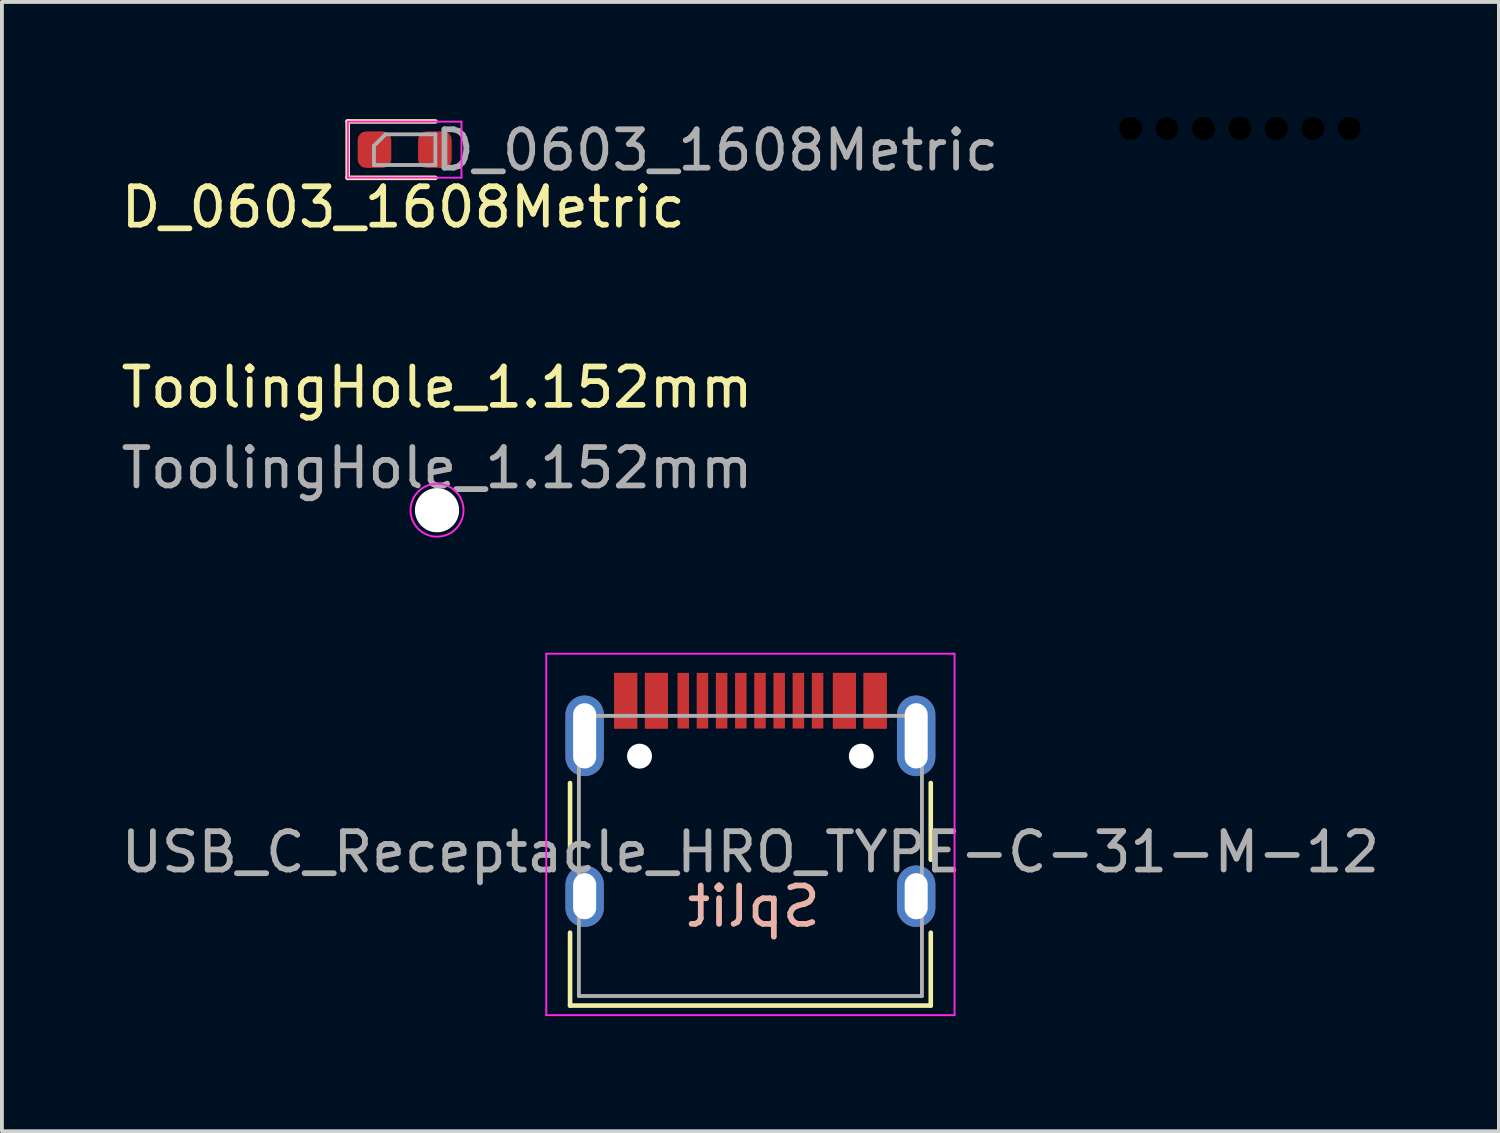
<source format=kicad_pcb>
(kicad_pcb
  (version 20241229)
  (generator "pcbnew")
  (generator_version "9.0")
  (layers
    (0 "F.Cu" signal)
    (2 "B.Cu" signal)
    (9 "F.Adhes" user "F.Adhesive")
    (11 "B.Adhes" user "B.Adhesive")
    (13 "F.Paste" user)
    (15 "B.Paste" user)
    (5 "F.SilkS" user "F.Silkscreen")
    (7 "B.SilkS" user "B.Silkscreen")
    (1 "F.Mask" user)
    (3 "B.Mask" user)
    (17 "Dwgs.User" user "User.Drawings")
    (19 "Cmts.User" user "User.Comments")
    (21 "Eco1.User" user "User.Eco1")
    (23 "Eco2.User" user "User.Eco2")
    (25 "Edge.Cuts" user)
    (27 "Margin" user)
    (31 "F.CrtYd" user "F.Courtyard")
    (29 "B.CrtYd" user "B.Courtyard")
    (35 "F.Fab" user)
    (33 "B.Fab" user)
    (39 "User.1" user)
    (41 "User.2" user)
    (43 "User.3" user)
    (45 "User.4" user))
  (footprint "USB_C_Receptacle_HRO_TYPE-C-31-M-12"
    (layer "F.Cu")
    (at 16.506 19.256)
    (property "Reference" "USB_C_Receptacle_HRO_TYPE-C-31-M-12" (at 0 -0.1 0) (layer "F.Fab") (effects (font (size 1 1) (thickness 0.15))))
    (attr smd)
    (private_layers "User.9")
    (fp_line (start -4.7 -1.9) (end -4.7 0.1) (stroke (width 0.12) (type solid)) (layer "F.SilkS"))
    (fp_line (start -4.7 2) (end -4.7 3.9) (stroke (width 0.12) (type solid)) (layer "F.SilkS"))
    (fp_line (start -4.7 3.9) (end 4.7 3.9) (stroke (width 0.12) (type solid)) (layer "F.SilkS"))
    (fp_line (start 4.7 -1.9) (end 4.7 0.1) (stroke (width 0.12) (type solid)) (layer "F.SilkS"))
    (fp_line (start 4.7 2) (end 4.7 3.9) (stroke (width 0.12) (type solid)) (layer "F.SilkS"))
    (fp_line (start -5.32 -5.27) (end -5.32 4.15) (stroke (width 0.05) (type solid)) (layer "F.CrtYd"))
    (fp_line (start -5.32 -5.27) (end 5.32 -5.27) (stroke (width 0.05) (type solid)) (layer "F.CrtYd"))
    (fp_line (start -5.32 4.15) (end 5.32 4.15) (stroke (width 0.05) (type solid)) (layer "F.CrtYd"))
    (fp_line (start 5.32 -5.27) (end 5.32 4.15) (stroke (width 0.05) (type solid)) (layer "F.CrtYd"))
    (fp_line (start -4.47 -3.65) (end -4.47 3.65) (stroke (width 0.1) (type solid)) (layer "F.Fab"))
    (fp_line (start -4.47 -3.65) (end 4.47 -3.65) (stroke (width 0.1) (type solid)) (layer "F.Fab"))
    (fp_line (start -4.47 3.65) (end 4.47 3.65) (stroke (width 0.1) (type solid)) (layer "F.Fab"))
    (fp_line (start 4.47 -3.65) (end 4.47 3.65) (stroke (width 0.1) (type solid)) (layer "F.Fab"))
    (fp_text user "Split" (at 1.9 1.9 0) (unlocked yes) (layer "B.SilkS") (effects (font (size 1 1) (thickness 0.15)) (justify left bottom mirror)))
    (pad "" np_thru_hole circle (at -2.89 -2.6) (size 0.65 0.65) (drill 0.65) (layers "*.Cu" "*.Mask"))
    (pad "" np_thru_hole circle (at 2.89 -2.6) (size 0.65 0.65) (drill 0.65) (layers "*.Cu" "*.Mask"))
    (pad "A1" smd rect (at -3.25 -4.045) (size 0.6 1.45) (layers "F.Cu" "F.Mask" "F.Paste"))
    (pad "A4" smd rect (at -2.45 -4.045) (size 0.6 1.45) (layers "F.Cu" "F.Mask" "F.Paste"))
    (pad "A5" smd rect (at -1.25 -4.045) (size 0.3 1.45) (layers "F.Cu" "F.Mask" "F.Paste"))
    (pad "A6" smd rect (at -0.25 -4.045) (size 0.3 1.45) (layers "F.Cu" "F.Mask" "F.Paste"))
    (pad "A7" smd rect (at 0.25 -4.045) (size 0.3 1.45) (layers "F.Cu" "F.Mask" "F.Paste"))
    (pad "A8" smd rect (at 1.25 -4.045) (size 0.3 1.45) (layers "F.Cu" "F.Mask" "F.Paste"))
    (pad "A9" smd rect (at 2.45 -4.045) (size 0.6 1.45) (layers "F.Cu" "F.Mask" "F.Paste"))
    (pad "A12" smd rect (at 3.25 -4.045) (size 0.6 1.45) (layers "F.Cu" "F.Mask" "F.Paste"))
    (pad "B1" smd rect (at 3.25 -4.045) (size 0.6 1.45) (layers "F.Cu" "F.Mask" "F.Paste"))
    (pad "B4" smd rect (at 2.45 -4.045) (size 0.6 1.45) (layers "F.Cu" "F.Mask" "F.Paste"))
    (pad "B5" smd rect (at 1.75 -4.045) (size 0.3 1.45) (layers "F.Cu" "F.Mask" "F.Paste"))
    (pad "B6" smd rect (at 0.75 -4.045) (size 0.3 1.45) (layers "F.Cu" "F.Mask" "F.Paste"))
    (pad "B7" smd rect (at -0.75 -4.045) (size 0.3 1.45) (layers "F.Cu" "F.Mask" "F.Paste"))
    (pad "B8" smd rect (at -1.75 -4.045) (size 0.3 1.45) (layers "F.Cu" "F.Mask" "F.Paste"))
    (pad "B9" smd rect (at -2.45 -4.045) (size 0.6 1.45) (layers "F.Cu" "F.Mask" "F.Paste"))
    (pad "B12" smd rect (at -3.25 -4.045) (size 0.6 1.45) (layers "F.Cu" "F.Mask" "F.Paste"))
    (pad "S1" thru_hole oval (at -4.32 -3.13) (size 1 2.1) (drill oval 0.6 1.7) (layers "*.Cu" "*.Mask"))
    (pad "S1" thru_hole oval (at -4.32 1.05) (size 1 1.6) (drill oval 0.6 1.2) (layers "*.Cu" "*.Mask"))
    (pad "S1" thru_hole oval (at 4.32 -3.13) (size 1 2.1) (drill oval 0.6 1.7) (layers "*.Cu" "*.Mask"))
    (pad "S1" thru_hole oval (at 4.32 1.05) (size 1 1.6) (drill oval 0.6 1.2) (layers "*.Cu" "*.Mask")))
  (footprint "Mouse_Bites"
    (layer "F.Cu")
    (at 29.263 0.3)
    (property "Reference" "Mouse_Bites" (at 0 9.4 0) (unlocked yes) (layer "User.9") (effects (font (size 1 1) (thickness 0.1))))
    (attr through_hole board_only exclude_from_pos_files exclude_from_bom)
    (private_layers "User.9")
    (pad "" np_thru_hole circle (at -2.85 0) (size 0.6 0.6) (drill 0.6) (layers "*.Mask"))
    (pad "" np_thru_hole circle (at -1.9 0) (size 0.6 0.6) (drill 0.6) (layers "*.Mask"))
    (pad "" np_thru_hole circle (at -0.95 0) (size 0.6 0.6) (drill 0.6) (layers "*.Mask"))
    (pad "" np_thru_hole circle (at 0 0) (size 0.6 0.6) (drill 0.6) (layers "*.Mask"))
    (pad "" np_thru_hole circle (at 0.95 0) (size 0.6 0.6) (drill 0.6) (layers "*.Mask"))
    (pad "" np_thru_hole circle (at 1.9 0) (size 0.6 0.6) (drill 0.6) (layers "*.Mask"))
    (pad "" np_thru_hole circle (at 2.85 0) (size 0.6 0.6) (drill 0.6) (layers "*.Mask")))
  (footprint "D_0603_1608Metric"
    (layer "F.Cu")
    (at 7.496 0.85)
    (property "Reference" "D_0603_1608Metric" (at -0.037 1.5 0) (layer "F.SilkS") (effects (font (size 1 1) (thickness 0.15))))
    (attr smd)
    (private_layers "User.9")
    (fp_line (start -1.485 -0.735) (end -1.485 0.735) (stroke (width 0.12) (type solid)) (layer "F.SilkS"))
    (fp_line (start -1.485 0.735) (end 0.8 0.735) (stroke (width 0.12) (type solid)) (layer "F.SilkS"))
    (fp_line (start 0.8 -0.735) (end -1.485 -0.735) (stroke (width 0.12) (type solid)) (layer "F.SilkS"))
    (fp_line (start -1.48 -0.73) (end 1.48 -0.73) (stroke (width 0.05) (type solid)) (layer "F.CrtYd"))
    (fp_line (start -1.48 0.73) (end -1.48 -0.73) (stroke (width 0.05) (type solid)) (layer "F.CrtYd"))
    (fp_line (start 1.48 -0.73) (end 1.48 0.73) (stroke (width 0.05) (type solid)) (layer "F.CrtYd"))
    (fp_line (start 1.48 0.73) (end -1.48 0.73) (stroke (width 0.05) (type solid)) (layer "F.CrtYd"))
    (fp_line (start -0.8 -0.1) (end -0.8 0.4) (stroke (width 0.1) (type solid)) (layer "F.Fab"))
    (fp_line (start -0.8 0.4) (end 0.8 0.4) (stroke (width 0.1) (type solid)) (layer "F.Fab"))
    (fp_line (start -0.5 -0.4) (end -0.8 -0.1) (stroke (width 0.1) (type solid)) (layer "F.Fab"))
    (fp_line (start 0.8 -0.4) (end -0.5 -0.4) (stroke (width 0.1) (type solid)) (layer "F.Fab"))
    (fp_line (start 0.8 0.4) (end 0.8 -0.4) (stroke (width 0.1) (type solid)) (layer "F.Fab"))
    (fp_text user "${REFERENCE}" (at 0.7 0.6 0) (unlocked yes) (layer "F.Fab") (effects (font (size 1 1) (thickness 0.15)) (justify left bottom)))
    (pad "1" smd roundrect (at -0.787 0) (size 0.875 0.95) (layers "F.Cu" "F.Mask" "F.Paste") (roundrect_rratio 0.25))
    (pad "2" smd roundrect (at 0.787 0) (size 0.875 0.95) (layers "F.Cu" "F.Mask" "F.Paste") (roundrect_rratio 0.25)))
  (footprint "ToolingHole_1.152mm"
    (layer "F.Cu")
    (at 8.339 10.246)
    (property "Reference" "ToolingHole_1.152mm" (at 0 -3.2 0) (layer "F.SilkS") (effects (font (size 1 1) (thickness 0.15))))
    (attr exclude_from_pos_files exclude_from_bom)
    (private_layers "User.9")
    (fp_circle (center 0 0) (end 0.69 0) (stroke (width 0.05) (type solid)) (fill no) (layer "F.CrtYd"))
    (fp_text user "${REFERENCE}" (at 0 -1.1 0) (layer "F.Fab") (effects (font (size 1 1) (thickness 0.15))))
    (fp_text_box "Need to be non-plated, per JLC" (start -10.1 2.2) (end 9.95 6) (margins 0.8 0.8 0.8 0.8) (layer "User.9") (effects (font (size 1 1) (thickness 0.15)) (justify left top)) (border yes) (stroke (width 0.1) (type solid)))
    (pad "" np_thru_hole circle (at 0 0) (size 1.152 1.152) (drill 1.152) (layers "*.Cu" "*.Mask")))
  (gr_rect
    (start -3 -3)
    (end 36.012 26.431)
    (stroke (width 0.1) (type default))
    (fill no)
    (layer "Edge.Cuts")))
</source>
